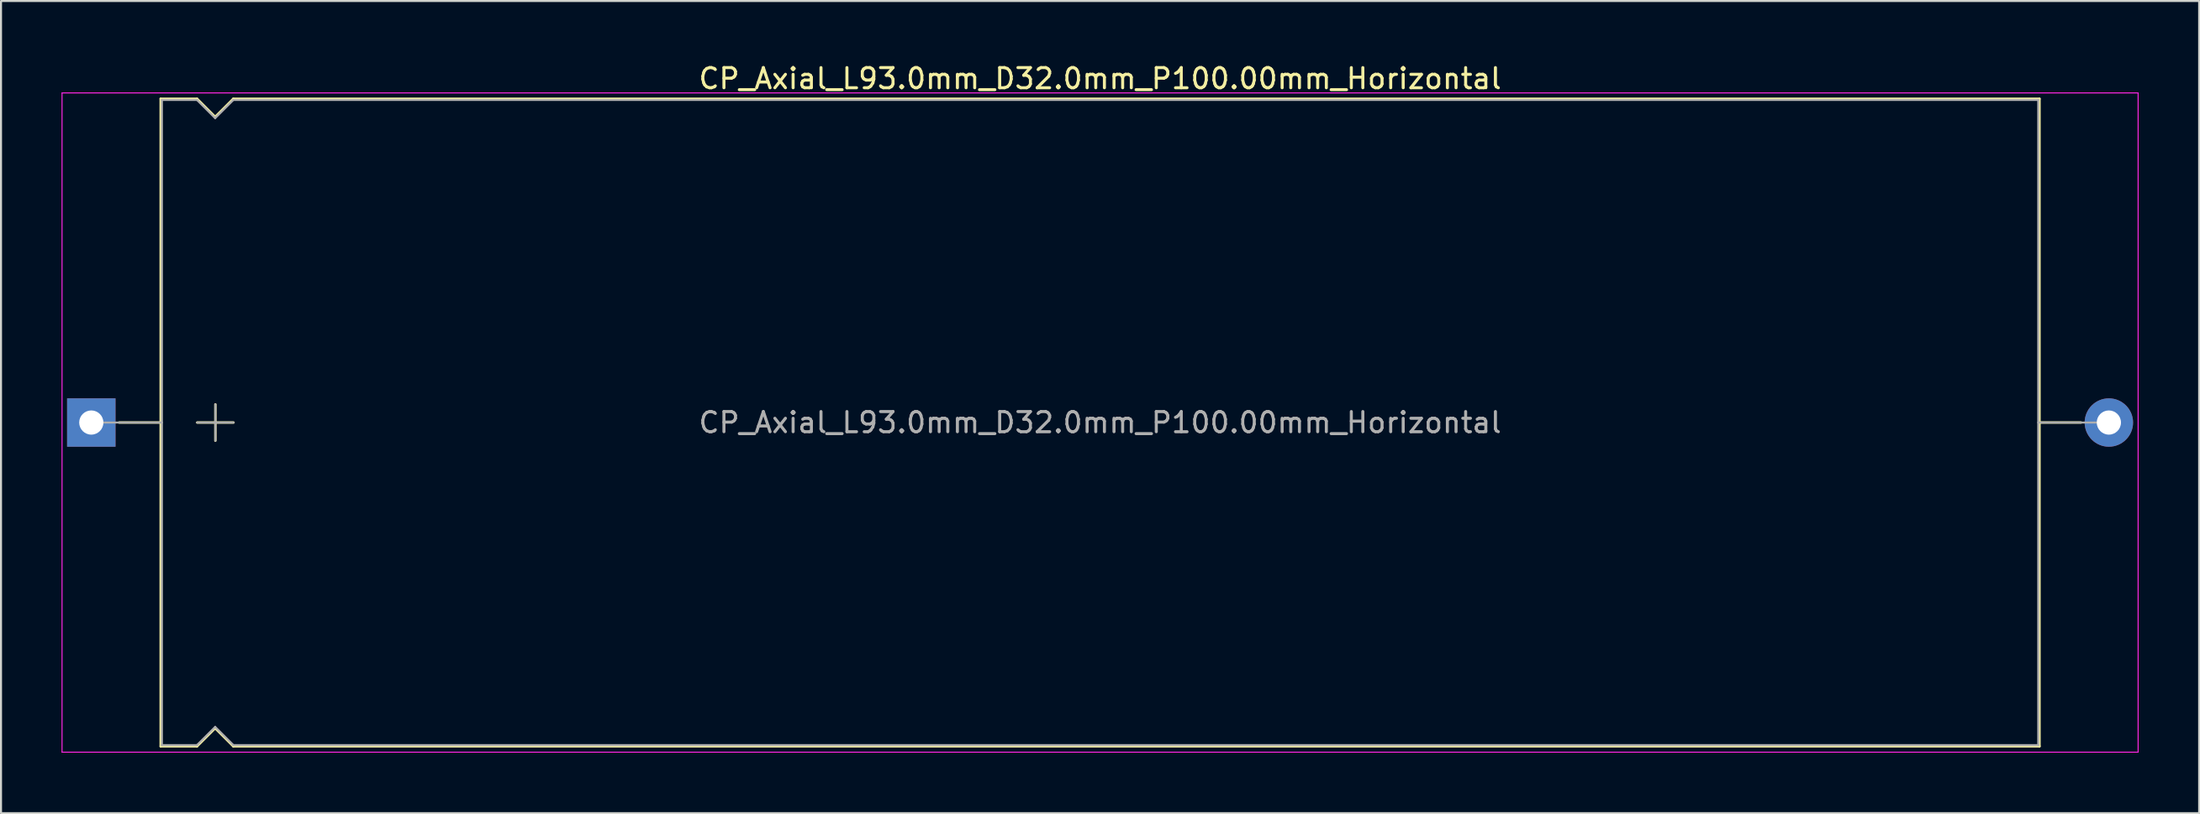
<source format=kicad_pcb>
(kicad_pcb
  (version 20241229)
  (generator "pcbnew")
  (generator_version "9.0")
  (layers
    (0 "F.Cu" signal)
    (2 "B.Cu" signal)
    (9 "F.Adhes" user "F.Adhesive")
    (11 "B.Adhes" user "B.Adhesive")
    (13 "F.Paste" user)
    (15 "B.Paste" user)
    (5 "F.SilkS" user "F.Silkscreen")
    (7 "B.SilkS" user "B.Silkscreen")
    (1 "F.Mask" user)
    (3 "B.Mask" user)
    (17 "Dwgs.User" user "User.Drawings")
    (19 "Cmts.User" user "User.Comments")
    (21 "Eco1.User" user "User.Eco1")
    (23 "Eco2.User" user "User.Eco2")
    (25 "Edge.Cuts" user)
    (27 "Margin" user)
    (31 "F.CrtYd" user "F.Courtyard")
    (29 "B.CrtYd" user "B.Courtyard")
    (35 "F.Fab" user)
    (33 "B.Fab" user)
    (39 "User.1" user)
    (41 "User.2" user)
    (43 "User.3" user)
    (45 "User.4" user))
  (footprint "CP_Axial_L93.0mm_D32.0mm_P100.00mm_Horizontal"
    (layer "F.Cu")
    (at 1.475 17.908)
    (property "Reference" "CP_Axial_L93.0mm_D32.0mm_P100.00mm_Horizontal" (at 50 -17.06 0) (layer "F.SilkS") (effects (font (size 1 1) (thickness 0.15))))
    (attr through_hole)
    (fp_line (start 1.38 0) (end 3.44 0) (stroke (width 0.12) (type solid)) (layer "F.SilkS"))
    (fp_line (start 3.44 -16.06) (end 3.44 16.06) (stroke (width 0.12) (type solid)) (layer "F.SilkS"))
    (fp_line (start 3.44 -16.06) (end 5.24 -16.06) (stroke (width 0.12) (type solid)) (layer "F.SilkS"))
    (fp_line (start 3.44 16.06) (end 5.24 16.06) (stroke (width 0.12) (type solid)) (layer "F.SilkS"))
    (fp_line (start 5.24 -16.06) (end 6.14 -15.16) (stroke (width 0.12) (type solid)) (layer "F.SilkS"))
    (fp_line (start 5.24 16.06) (end 6.14 15.16) (stroke (width 0.12) (type solid)) (layer "F.SilkS"))
    (fp_line (start 5.25 0) (end 7.05 0) (stroke (width 0.12) (type solid)) (layer "F.SilkS"))
    (fp_line (start 6.14 -15.16) (end 7.04 -16.06) (stroke (width 0.12) (type solid)) (layer "F.SilkS"))
    (fp_line (start 6.14 15.16) (end 7.04 16.06) (stroke (width 0.12) (type solid)) (layer "F.SilkS"))
    (fp_line (start 6.15 -0.9) (end 6.15 0.9) (stroke (width 0.12) (type solid)) (layer "F.SilkS"))
    (fp_line (start 7.04 -16.06) (end 96.56 -16.06) (stroke (width 0.12) (type solid)) (layer "F.SilkS"))
    (fp_line (start 7.04 16.06) (end 96.56 16.06) (stroke (width 0.12) (type solid)) (layer "F.SilkS"))
    (fp_line (start 96.56 -16.06) (end 96.56 16.06) (stroke (width 0.12) (type solid)) (layer "F.SilkS"))
    (fp_line (start 98.62 0) (end 96.56 0) (stroke (width 0.12) (type solid)) (layer "F.SilkS"))
    (fp_line (start -1.45 -16.35) (end -1.45 16.35) (stroke (width 0.05) (type solid)) (layer "F.CrtYd"))
    (fp_line (start -1.45 16.35) (end 101.45 16.35) (stroke (width 0.05) (type solid)) (layer "F.CrtYd"))
    (fp_line (start 101.45 -16.35) (end -1.45 -16.35) (stroke (width 0.05) (type solid)) (layer "F.CrtYd"))
    (fp_line (start 101.45 16.35) (end 101.45 -16.35) (stroke (width 0.05) (type solid)) (layer "F.CrtYd"))
    (fp_line (start 0 0) (end 3.5 0) (stroke (width 0.1) (type solid)) (layer "F.Fab"))
    (fp_line (start 3.5 -16) (end 3.5 16) (stroke (width 0.1) (type solid)) (layer "F.Fab"))
    (fp_line (start 3.5 -16) (end 5.24 -16) (stroke (width 0.1) (type solid)) (layer "F.Fab"))
    (fp_line (start 3.5 16) (end 5.24 16) (stroke (width 0.1) (type solid)) (layer "F.Fab"))
    (fp_line (start 5.24 -16) (end 6.14 -15.1) (stroke (width 0.1) (type solid)) (layer "F.Fab"))
    (fp_line (start 5.24 16) (end 6.14 15.1) (stroke (width 0.1) (type solid)) (layer "F.Fab"))
    (fp_line (start 5.25 0) (end 7.05 0) (stroke (width 0.1) (type solid)) (layer "F.Fab"))
    (fp_line (start 6.14 -15.1) (end 7.04 -16) (stroke (width 0.1) (type solid)) (layer "F.Fab"))
    (fp_line (start 6.14 15.1) (end 7.04 16) (stroke (width 0.1) (type solid)) (layer "F.Fab"))
    (fp_line (start 6.15 -0.9) (end 6.15 0.9) (stroke (width 0.1) (type solid)) (layer "F.Fab"))
    (fp_line (start 7.04 -16) (end 96.5 -16) (stroke (width 0.1) (type solid)) (layer "F.Fab"))
    (fp_line (start 7.04 16) (end 96.5 16) (stroke (width 0.1) (type solid)) (layer "F.Fab"))
    (fp_line (start 96.5 -16) (end 96.5 16) (stroke (width 0.1) (type solid)) (layer "F.Fab"))
    (fp_line (start 100 0) (end 96.5 0) (stroke (width 0.1) (type solid)) (layer "F.Fab"))
    (fp_text user "${REFERENCE}" (at 50 0 0) (layer "F.Fab") (effects (font (size 1 1) (thickness 0.15))))
    (pad "1" thru_hole rect (at 0 0) (size 2.4 2.4) (drill 1.2) (layers "*.Cu" "*.Mask"))
    (pad "2" thru_hole oval (at 100 0) (size 2.4 2.4) (drill 1.2) (layers "*.Cu" "*.Mask")))
  (gr_rect
    (start -3 -3)
    (end 105.95 37.283)
    (stroke (width 0.1) (type default))
    (fill no)
    (layer "Edge.Cuts")))
</source>
